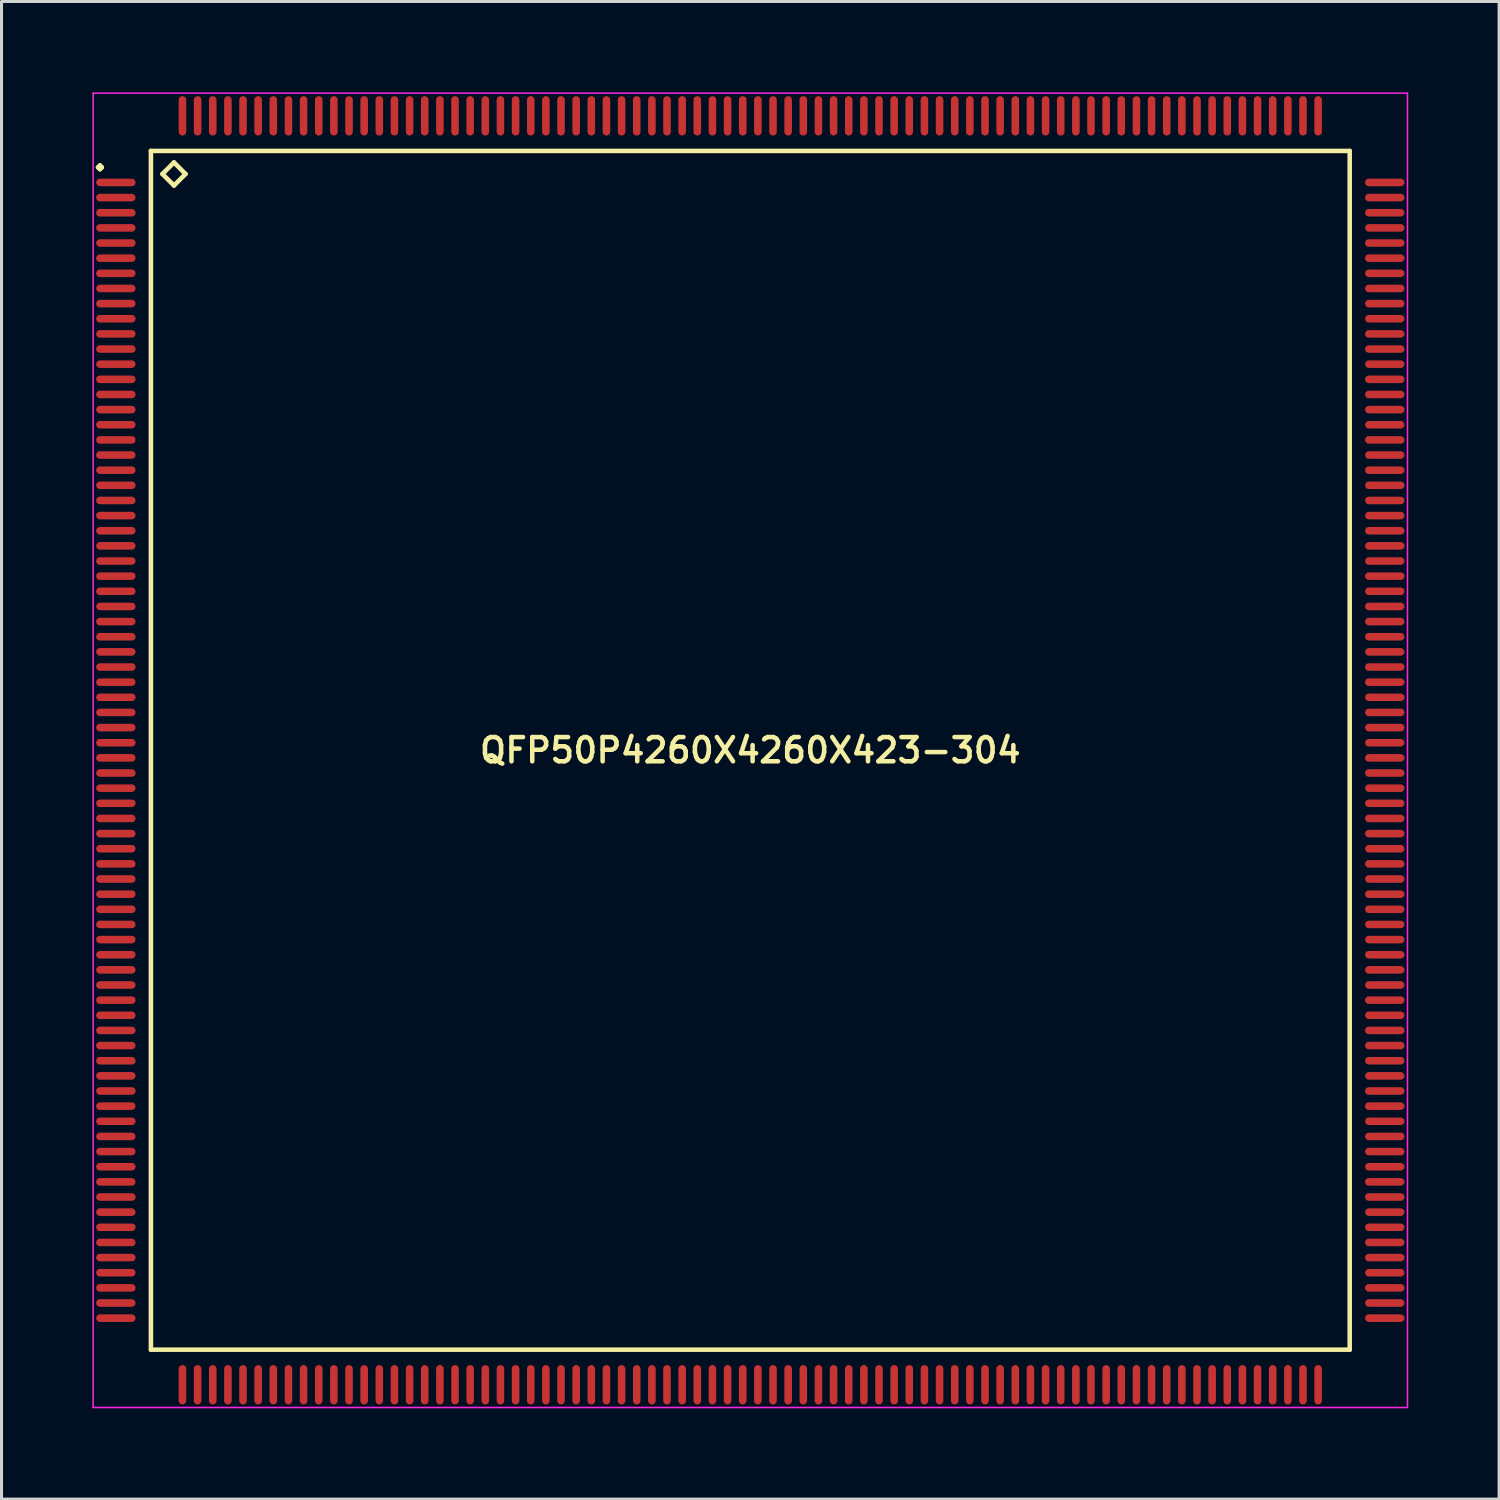
<source format=kicad_pcb>
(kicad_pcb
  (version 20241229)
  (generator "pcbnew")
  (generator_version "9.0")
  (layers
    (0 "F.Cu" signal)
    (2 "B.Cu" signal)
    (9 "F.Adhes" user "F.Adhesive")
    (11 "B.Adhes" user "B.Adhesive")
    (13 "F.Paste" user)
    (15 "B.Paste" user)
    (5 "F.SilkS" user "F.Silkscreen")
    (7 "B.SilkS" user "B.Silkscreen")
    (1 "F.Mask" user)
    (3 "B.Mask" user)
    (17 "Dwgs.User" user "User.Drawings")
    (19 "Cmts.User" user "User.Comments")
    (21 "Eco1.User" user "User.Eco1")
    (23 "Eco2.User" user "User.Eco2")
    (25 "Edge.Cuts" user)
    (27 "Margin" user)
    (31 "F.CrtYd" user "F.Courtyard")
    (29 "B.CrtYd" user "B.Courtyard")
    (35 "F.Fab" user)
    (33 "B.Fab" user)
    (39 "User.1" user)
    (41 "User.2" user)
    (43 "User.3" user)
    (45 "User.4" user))
  (footprint "QFP50P4260X4260X423-304"
    (layer "F.Cu")
    (at 21.725 21.725)
    (property "Reference" "QFP50P4260X4260X423-304" (at 0 0 0) (layer "F.SilkS") (effects (font (size 0.8 0.8) (thickness 0.15))))
    (attr smd)
    (fp_line (start -21.538 -19.25) (end -21.475 -19.312) (stroke (width 0.15) (type solid)) (layer "F.SilkS"))
    (fp_line (start -21.475 -19.312) (end -21.413 -19.25) (stroke (width 0.15) (type solid)) (layer "F.SilkS"))
    (fp_line (start -21.475 -19.188) (end -21.538 -19.25) (stroke (width 0.15) (type solid)) (layer "F.SilkS"))
    (fp_line (start -21.413 -19.25) (end -21.475 -19.188) (stroke (width 0.15) (type solid)) (layer "F.SilkS"))
    (fp_line (start -19.792 -19.792) (end -19.792 19.792) (stroke (width 0.15) (type solid)) (layer "F.SilkS"))
    (fp_line (start -19.792 19.792) (end 19.792 19.792) (stroke (width 0.15) (type solid)) (layer "F.SilkS"))
    (fp_line (start -19.411 -19.03) (end -19.03 -19.411) (stroke (width 0.15) (type solid)) (layer "F.SilkS"))
    (fp_line (start -19.03 -19.411) (end -18.649 -19.03) (stroke (width 0.15) (type solid)) (layer "F.SilkS"))
    (fp_line (start -19.03 -18.649) (end -19.411 -19.03) (stroke (width 0.15) (type solid)) (layer "F.SilkS"))
    (fp_line (start -18.649 -19.03) (end -19.03 -18.649) (stroke (width 0.15) (type solid)) (layer "F.SilkS"))
    (fp_line (start 19.792 -19.792) (end -19.792 -19.792) (stroke (width 0.15) (type solid)) (layer "F.SilkS"))
    (fp_line (start 19.792 19.792) (end 19.792 -19.792) (stroke (width 0.15) (type solid)) (layer "F.SilkS"))
    (fp_line (start -21.7 -21.7) (end 21.7 -21.7) (stroke (width 0.05) (type solid)) (layer "F.CrtYd"))
    (fp_line (start -21.7 21.7) (end -21.7 -21.7) (stroke (width 0.05) (type solid)) (layer "F.CrtYd"))
    (fp_line (start 21.7 -21.7) (end 21.7 21.7) (stroke (width 0.05) (type solid)) (layer "F.CrtYd"))
    (fp_line (start 21.7 21.7) (end -21.7 21.7) (stroke (width 0.05) (type solid)) (layer "F.CrtYd"))
    (pad "1" smd oval (at -20.95 -18.75) (size 1.3 0.25) (layers "F.Cu" "F.Mask" "F.Paste"))
    (pad "2" smd oval (at -20.95 -18.25) (size 1.3 0.25) (layers "F.Cu" "F.Mask" "F.Paste"))
    (pad "3" smd oval (at -20.95 -17.75) (size 1.3 0.25) (layers "F.Cu" "F.Mask" "F.Paste"))
    (pad "4" smd oval (at -20.95 -17.25) (size 1.3 0.25) (layers "F.Cu" "F.Mask" "F.Paste"))
    (pad "5" smd oval (at -20.95 -16.75) (size 1.3 0.25) (layers "F.Cu" "F.Mask" "F.Paste"))
    (pad "6" smd oval (at -20.95 -16.25) (size 1.3 0.25) (layers "F.Cu" "F.Mask" "F.Paste"))
    (pad "7" smd oval (at -20.95 -15.75) (size 1.3 0.25) (layers "F.Cu" "F.Mask" "F.Paste"))
    (pad "8" smd oval (at -20.95 -15.25) (size 1.3 0.25) (layers "F.Cu" "F.Mask" "F.Paste"))
    (pad "9" smd oval (at -20.95 -14.75) (size 1.3 0.25) (layers "F.Cu" "F.Mask" "F.Paste"))
    (pad "10" smd oval (at -20.95 -14.25) (size 1.3 0.25) (layers "F.Cu" "F.Mask" "F.Paste"))
    (pad "11" smd oval (at -20.95 -13.75) (size 1.3 0.25) (layers "F.Cu" "F.Mask" "F.Paste"))
    (pad "12" smd oval (at -20.95 -13.25) (size 1.3 0.25) (layers "F.Cu" "F.Mask" "F.Paste"))
    (pad "13" smd oval (at -20.95 -12.75) (size 1.3 0.25) (layers "F.Cu" "F.Mask" "F.Paste"))
    (pad "14" smd oval (at -20.95 -12.25) (size 1.3 0.25) (layers "F.Cu" "F.Mask" "F.Paste"))
    (pad "15" smd oval (at -20.95 -11.75) (size 1.3 0.25) (layers "F.Cu" "F.Mask" "F.Paste"))
    (pad "16" smd oval (at -20.95 -11.25) (size 1.3 0.25) (layers "F.Cu" "F.Mask" "F.Paste"))
    (pad "17" smd oval (at -20.95 -10.75) (size 1.3 0.25) (layers "F.Cu" "F.Mask" "F.Paste"))
    (pad "18" smd oval (at -20.95 -10.25) (size 1.3 0.25) (layers "F.Cu" "F.Mask" "F.Paste"))
    (pad "19" smd oval (at -20.95 -9.75) (size 1.3 0.25) (layers "F.Cu" "F.Mask" "F.Paste"))
    (pad "20" smd oval (at -20.95 -9.25) (size 1.3 0.25) (layers "F.Cu" "F.Mask" "F.Paste"))
    (pad "21" smd oval (at -20.95 -8.75) (size 1.3 0.25) (layers "F.Cu" "F.Mask" "F.Paste"))
    (pad "22" smd oval (at -20.95 -8.25) (size 1.3 0.25) (layers "F.Cu" "F.Mask" "F.Paste"))
    (pad "23" smd oval (at -20.95 -7.75) (size 1.3 0.25) (layers "F.Cu" "F.Mask" "F.Paste"))
    (pad "24" smd oval (at -20.95 -7.25) (size 1.3 0.25) (layers "F.Cu" "F.Mask" "F.Paste"))
    (pad "25" smd oval (at -20.95 -6.75) (size 1.3 0.25) (layers "F.Cu" "F.Mask" "F.Paste"))
    (pad "26" smd oval (at -20.95 -6.25) (size 1.3 0.25) (layers "F.Cu" "F.Mask" "F.Paste"))
    (pad "27" smd oval (at -20.95 -5.75) (size 1.3 0.25) (layers "F.Cu" "F.Mask" "F.Paste"))
    (pad "28" smd oval (at -20.95 -5.25) (size 1.3 0.25) (layers "F.Cu" "F.Mask" "F.Paste"))
    (pad "29" smd oval (at -20.95 -4.75) (size 1.3 0.25) (layers "F.Cu" "F.Mask" "F.Paste"))
    (pad "30" smd oval (at -20.95 -4.25) (size 1.3 0.25) (layers "F.Cu" "F.Mask" "F.Paste"))
    (pad "31" smd oval (at -20.95 -3.75) (size 1.3 0.25) (layers "F.Cu" "F.Mask" "F.Paste"))
    (pad "32" smd oval (at -20.95 -3.25) (size 1.3 0.25) (layers "F.Cu" "F.Mask" "F.Paste"))
    (pad "33" smd oval (at -20.95 -2.75) (size 1.3 0.25) (layers "F.Cu" "F.Mask" "F.Paste"))
    (pad "34" smd oval (at -20.95 -2.25) (size 1.3 0.25) (layers "F.Cu" "F.Mask" "F.Paste"))
    (pad "35" smd oval (at -20.95 -1.75) (size 1.3 0.25) (layers "F.Cu" "F.Mask" "F.Paste"))
    (pad "36" smd oval (at -20.95 -1.25) (size 1.3 0.25) (layers "F.Cu" "F.Mask" "F.Paste"))
    (pad "37" smd oval (at -20.95 -0.75) (size 1.3 0.25) (layers "F.Cu" "F.Mask" "F.Paste"))
    (pad "38" smd oval (at -20.95 -0.25) (size 1.3 0.25) (layers "F.Cu" "F.Mask" "F.Paste"))
    (pad "39" smd oval (at -20.95 0.25) (size 1.3 0.25) (layers "F.Cu" "F.Mask" "F.Paste"))
    (pad "40" smd oval (at -20.95 0.75) (size 1.3 0.25) (layers "F.Cu" "F.Mask" "F.Paste"))
    (pad "41" smd oval (at -20.95 1.25) (size 1.3 0.25) (layers "F.Cu" "F.Mask" "F.Paste"))
    (pad "42" smd oval (at -20.95 1.75) (size 1.3 0.25) (layers "F.Cu" "F.Mask" "F.Paste"))
    (pad "43" smd oval (at -20.95 2.25) (size 1.3 0.25) (layers "F.Cu" "F.Mask" "F.Paste"))
    (pad "44" smd oval (at -20.95 2.75) (size 1.3 0.25) (layers "F.Cu" "F.Mask" "F.Paste"))
    (pad "45" smd oval (at -20.95 3.25) (size 1.3 0.25) (layers "F.Cu" "F.Mask" "F.Paste"))
    (pad "46" smd oval (at -20.95 3.75) (size 1.3 0.25) (layers "F.Cu" "F.Mask" "F.Paste"))
    (pad "47" smd oval (at -20.95 4.25) (size 1.3 0.25) (layers "F.Cu" "F.Mask" "F.Paste"))
    (pad "48" smd oval (at -20.95 4.75) (size 1.3 0.25) (layers "F.Cu" "F.Mask" "F.Paste"))
    (pad "49" smd oval (at -20.95 5.25) (size 1.3 0.25) (layers "F.Cu" "F.Mask" "F.Paste"))
    (pad "50" smd oval (at -20.95 5.75) (size 1.3 0.25) (layers "F.Cu" "F.Mask" "F.Paste"))
    (pad "51" smd oval (at -20.95 6.25) (size 1.3 0.25) (layers "F.Cu" "F.Mask" "F.Paste"))
    (pad "52" smd oval (at -20.95 6.75) (size 1.3 0.25) (layers "F.Cu" "F.Mask" "F.Paste"))
    (pad "53" smd oval (at -20.95 7.25) (size 1.3 0.25) (layers "F.Cu" "F.Mask" "F.Paste"))
    (pad "54" smd oval (at -20.95 7.75) (size 1.3 0.25) (layers "F.Cu" "F.Mask" "F.Paste"))
    (pad "55" smd oval (at -20.95 8.25) (size 1.3 0.25) (layers "F.Cu" "F.Mask" "F.Paste"))
    (pad "56" smd oval (at -20.95 8.75) (size 1.3 0.25) (layers "F.Cu" "F.Mask" "F.Paste"))
    (pad "57" smd oval (at -20.95 9.25) (size 1.3 0.25) (layers "F.Cu" "F.Mask" "F.Paste"))
    (pad "58" smd oval (at -20.95 9.75) (size 1.3 0.25) (layers "F.Cu" "F.Mask" "F.Paste"))
    (pad "59" smd oval (at -20.95 10.25) (size 1.3 0.25) (layers "F.Cu" "F.Mask" "F.Paste"))
    (pad "60" smd oval (at -20.95 10.75) (size 1.3 0.25) (layers "F.Cu" "F.Mask" "F.Paste"))
    (pad "61" smd oval (at -20.95 11.25) (size 1.3 0.25) (layers "F.Cu" "F.Mask" "F.Paste"))
    (pad "62" smd oval (at -20.95 11.75) (size 1.3 0.25) (layers "F.Cu" "F.Mask" "F.Paste"))
    (pad "63" smd oval (at -20.95 12.25) (size 1.3 0.25) (layers "F.Cu" "F.Mask" "F.Paste"))
    (pad "64" smd oval (at -20.95 12.75) (size 1.3 0.25) (layers "F.Cu" "F.Mask" "F.Paste"))
    (pad "65" smd oval (at -20.95 13.25) (size 1.3 0.25) (layers "F.Cu" "F.Mask" "F.Paste"))
    (pad "66" smd oval (at -20.95 13.75) (size 1.3 0.25) (layers "F.Cu" "F.Mask" "F.Paste"))
    (pad "67" smd oval (at -20.95 14.25) (size 1.3 0.25) (layers "F.Cu" "F.Mask" "F.Paste"))
    (pad "68" smd oval (at -20.95 14.75) (size 1.3 0.25) (layers "F.Cu" "F.Mask" "F.Paste"))
    (pad "69" smd oval (at -20.95 15.25) (size 1.3 0.25) (layers "F.Cu" "F.Mask" "F.Paste"))
    (pad "70" smd oval (at -20.95 15.75) (size 1.3 0.25) (layers "F.Cu" "F.Mask" "F.Paste"))
    (pad "71" smd oval (at -20.95 16.25) (size 1.3 0.25) (layers "F.Cu" "F.Mask" "F.Paste"))
    (pad "72" smd oval (at -20.95 16.75) (size 1.3 0.25) (layers "F.Cu" "F.Mask" "F.Paste"))
    (pad "73" smd oval (at -20.95 17.25) (size 1.3 0.25) (layers "F.Cu" "F.Mask" "F.Paste"))
    (pad "74" smd oval (at -20.95 17.75) (size 1.3 0.25) (layers "F.Cu" "F.Mask" "F.Paste"))
    (pad "75" smd oval (at -20.95 18.25) (size 1.3 0.25) (layers "F.Cu" "F.Mask" "F.Paste"))
    (pad "76" smd oval (at -20.95 18.75) (size 1.3 0.25) (layers "F.Cu" "F.Mask" "F.Paste"))
    (pad "77" smd oval (at -18.75 20.95) (size 0.25 1.3) (layers "F.Cu" "F.Mask" "F.Paste"))
    (pad "78" smd oval (at -18.25 20.95) (size 0.25 1.3) (layers "F.Cu" "F.Mask" "F.Paste"))
    (pad "79" smd oval (at -17.75 20.95) (size 0.25 1.3) (layers "F.Cu" "F.Mask" "F.Paste"))
    (pad "80" smd oval (at -17.25 20.95) (size 0.25 1.3) (layers "F.Cu" "F.Mask" "F.Paste"))
    (pad "81" smd oval (at -16.75 20.95) (size 0.25 1.3) (layers "F.Cu" "F.Mask" "F.Paste"))
    (pad "82" smd oval (at -16.25 20.95) (size 0.25 1.3) (layers "F.Cu" "F.Mask" "F.Paste"))
    (pad "83" smd oval (at -15.75 20.95) (size 0.25 1.3) (layers "F.Cu" "F.Mask" "F.Paste"))
    (pad "84" smd oval (at -15.25 20.95) (size 0.25 1.3) (layers "F.Cu" "F.Mask" "F.Paste"))
    (pad "85" smd oval (at -14.75 20.95) (size 0.25 1.3) (layers "F.Cu" "F.Mask" "F.Paste"))
    (pad "86" smd oval (at -14.25 20.95) (size 0.25 1.3) (layers "F.Cu" "F.Mask" "F.Paste"))
    (pad "87" smd oval (at -13.75 20.95) (size 0.25 1.3) (layers "F.Cu" "F.Mask" "F.Paste"))
    (pad "88" smd oval (at -13.25 20.95) (size 0.25 1.3) (layers "F.Cu" "F.Mask" "F.Paste"))
    (pad "89" smd oval (at -12.75 20.95) (size 0.25 1.3) (layers "F.Cu" "F.Mask" "F.Paste"))
    (pad "90" smd oval (at -12.25 20.95) (size 0.25 1.3) (layers "F.Cu" "F.Mask" "F.Paste"))
    (pad "91" smd oval (at -11.75 20.95) (size 0.25 1.3) (layers "F.Cu" "F.Mask" "F.Paste"))
    (pad "92" smd oval (at -11.25 20.95) (size 0.25 1.3) (layers "F.Cu" "F.Mask" "F.Paste"))
    (pad "93" smd oval (at -10.75 20.95) (size 0.25 1.3) (layers "F.Cu" "F.Mask" "F.Paste"))
    (pad "94" smd oval (at -10.25 20.95) (size 0.25 1.3) (layers "F.Cu" "F.Mask" "F.Paste"))
    (pad "95" smd oval (at -9.75 20.95) (size 0.25 1.3) (layers "F.Cu" "F.Mask" "F.Paste"))
    (pad "96" smd oval (at -9.25 20.95) (size 0.25 1.3) (layers "F.Cu" "F.Mask" "F.Paste"))
    (pad "97" smd oval (at -8.75 20.95) (size 0.25 1.3) (layers "F.Cu" "F.Mask" "F.Paste"))
    (pad "98" smd oval (at -8.25 20.95) (size 0.25 1.3) (layers "F.Cu" "F.Mask" "F.Paste"))
    (pad "99" smd oval (at -7.75 20.95) (size 0.25 1.3) (layers "F.Cu" "F.Mask" "F.Paste"))
    (pad "100" smd oval (at -7.25 20.95) (size 0.25 1.3) (layers "F.Cu" "F.Mask" "F.Paste"))
    (pad "101" smd oval (at -6.75 20.95) (size 0.25 1.3) (layers "F.Cu" "F.Mask" "F.Paste"))
    (pad "102" smd oval (at -6.25 20.95) (size 0.25 1.3) (layers "F.Cu" "F.Mask" "F.Paste"))
    (pad "103" smd oval (at -5.75 20.95) (size 0.25 1.3) (layers "F.Cu" "F.Mask" "F.Paste"))
    (pad "104" smd oval (at -5.25 20.95) (size 0.25 1.3) (layers "F.Cu" "F.Mask" "F.Paste"))
    (pad "105" smd oval (at -4.75 20.95) (size 0.25 1.3) (layers "F.Cu" "F.Mask" "F.Paste"))
    (pad "106" smd oval (at -4.25 20.95) (size 0.25 1.3) (layers "F.Cu" "F.Mask" "F.Paste"))
    (pad "107" smd oval (at -3.75 20.95) (size 0.25 1.3) (layers "F.Cu" "F.Mask" "F.Paste"))
    (pad "108" smd oval (at -3.25 20.95) (size 0.25 1.3) (layers "F.Cu" "F.Mask" "F.Paste"))
    (pad "109" smd oval (at -2.75 20.95) (size 0.25 1.3) (layers "F.Cu" "F.Mask" "F.Paste"))
    (pad "110" smd oval (at -2.25 20.95) (size 0.25 1.3) (layers "F.Cu" "F.Mask" "F.Paste"))
    (pad "111" smd oval (at -1.75 20.95) (size 0.25 1.3) (layers "F.Cu" "F.Mask" "F.Paste"))
    (pad "112" smd oval (at -1.25 20.95) (size 0.25 1.3) (layers "F.Cu" "F.Mask" "F.Paste"))
    (pad "113" smd oval (at -0.75 20.95) (size 0.25 1.3) (layers "F.Cu" "F.Mask" "F.Paste"))
    (pad "114" smd oval (at -0.25 20.95) (size 0.25 1.3) (layers "F.Cu" "F.Mask" "F.Paste"))
    (pad "115" smd oval (at 0.25 20.95) (size 0.25 1.3) (layers "F.Cu" "F.Mask" "F.Paste"))
    (pad "116" smd oval (at 0.75 20.95) (size 0.25 1.3) (layers "F.Cu" "F.Mask" "F.Paste"))
    (pad "117" smd oval (at 1.25 20.95) (size 0.25 1.3) (layers "F.Cu" "F.Mask" "F.Paste"))
    (pad "118" smd oval (at 1.75 20.95) (size 0.25 1.3) (layers "F.Cu" "F.Mask" "F.Paste"))
    (pad "119" smd oval (at 2.25 20.95) (size 0.25 1.3) (layers "F.Cu" "F.Mask" "F.Paste"))
    (pad "120" smd oval (at 2.75 20.95) (size 0.25 1.3) (layers "F.Cu" "F.Mask" "F.Paste"))
    (pad "121" smd oval (at 3.25 20.95) (size 0.25 1.3) (layers "F.Cu" "F.Mask" "F.Paste"))
    (pad "122" smd oval (at 3.75 20.95) (size 0.25 1.3) (layers "F.Cu" "F.Mask" "F.Paste"))
    (pad "123" smd oval (at 4.25 20.95) (size 0.25 1.3) (layers "F.Cu" "F.Mask" "F.Paste"))
    (pad "124" smd oval (at 4.75 20.95) (size 0.25 1.3) (layers "F.Cu" "F.Mask" "F.Paste"))
    (pad "125" smd oval (at 5.25 20.95) (size 0.25 1.3) (layers "F.Cu" "F.Mask" "F.Paste"))
    (pad "126" smd oval (at 5.75 20.95) (size 0.25 1.3) (layers "F.Cu" "F.Mask" "F.Paste"))
    (pad "127" smd oval (at 6.25 20.95) (size 0.25 1.3) (layers "F.Cu" "F.Mask" "F.Paste"))
    (pad "128" smd oval (at 6.75 20.95) (size 0.25 1.3) (layers "F.Cu" "F.Mask" "F.Paste"))
    (pad "129" smd oval (at 7.25 20.95) (size 0.25 1.3) (layers "F.Cu" "F.Mask" "F.Paste"))
    (pad "130" smd oval (at 7.75 20.95) (size 0.25 1.3) (layers "F.Cu" "F.Mask" "F.Paste"))
    (pad "131" smd oval (at 8.25 20.95) (size 0.25 1.3) (layers "F.Cu" "F.Mask" "F.Paste"))
    (pad "132" smd oval (at 8.75 20.95) (size 0.25 1.3) (layers "F.Cu" "F.Mask" "F.Paste"))
    (pad "133" smd oval (at 9.25 20.95) (size 0.25 1.3) (layers "F.Cu" "F.Mask" "F.Paste"))
    (pad "134" smd oval (at 9.75 20.95) (size 0.25 1.3) (layers "F.Cu" "F.Mask" "F.Paste"))
    (pad "135" smd oval (at 10.25 20.95) (size 0.25 1.3) (layers "F.Cu" "F.Mask" "F.Paste"))
    (pad "136" smd oval (at 10.75 20.95) (size 0.25 1.3) (layers "F.Cu" "F.Mask" "F.Paste"))
    (pad "137" smd oval (at 11.25 20.95) (size 0.25 1.3) (layers "F.Cu" "F.Mask" "F.Paste"))
    (pad "138" smd oval (at 11.75 20.95) (size 0.25 1.3) (layers "F.Cu" "F.Mask" "F.Paste"))
    (pad "139" smd oval (at 12.25 20.95) (size 0.25 1.3) (layers "F.Cu" "F.Mask" "F.Paste"))
    (pad "140" smd oval (at 12.75 20.95) (size 0.25 1.3) (layers "F.Cu" "F.Mask" "F.Paste"))
    (pad "141" smd oval (at 13.25 20.95) (size 0.25 1.3) (layers "F.Cu" "F.Mask" "F.Paste"))
    (pad "142" smd oval (at 13.75 20.95) (size 0.25 1.3) (layers "F.Cu" "F.Mask" "F.Paste"))
    (pad "143" smd oval (at 14.25 20.95) (size 0.25 1.3) (layers "F.Cu" "F.Mask" "F.Paste"))
    (pad "144" smd oval (at 14.75 20.95) (size 0.25 1.3) (layers "F.Cu" "F.Mask" "F.Paste"))
    (pad "145" smd oval (at 15.25 20.95) (size 0.25 1.3) (layers "F.Cu" "F.Mask" "F.Paste"))
    (pad "146" smd oval (at 15.75 20.95) (size 0.25 1.3) (layers "F.Cu" "F.Mask" "F.Paste"))
    (pad "147" smd oval (at 16.25 20.95) (size 0.25 1.3) (layers "F.Cu" "F.Mask" "F.Paste"))
    (pad "148" smd oval (at 16.75 20.95) (size 0.25 1.3) (layers "F.Cu" "F.Mask" "F.Paste"))
    (pad "149" smd oval (at 17.25 20.95) (size 0.25 1.3) (layers "F.Cu" "F.Mask" "F.Paste"))
    (pad "150" smd oval (at 17.75 20.95) (size 0.25 1.3) (layers "F.Cu" "F.Mask" "F.Paste"))
    (pad "151" smd oval (at 18.25 20.95) (size 0.25 1.3) (layers "F.Cu" "F.Mask" "F.Paste"))
    (pad "152" smd oval (at 18.75 20.95) (size 0.25 1.3) (layers "F.Cu" "F.Mask" "F.Paste"))
    (pad "153" smd oval (at 20.95 18.75) (size 1.3 0.25) (layers "F.Cu" "F.Mask" "F.Paste"))
    (pad "154" smd oval (at 20.95 18.25) (size 1.3 0.25) (layers "F.Cu" "F.Mask" "F.Paste"))
    (pad "155" smd oval (at 20.95 17.75) (size 1.3 0.25) (layers "F.Cu" "F.Mask" "F.Paste"))
    (pad "156" smd oval (at 20.95 17.25) (size 1.3 0.25) (layers "F.Cu" "F.Mask" "F.Paste"))
    (pad "157" smd oval (at 20.95 16.75) (size 1.3 0.25) (layers "F.Cu" "F.Mask" "F.Paste"))
    (pad "158" smd oval (at 20.95 16.25) (size 1.3 0.25) (layers "F.Cu" "F.Mask" "F.Paste"))
    (pad "159" smd oval (at 20.95 15.75) (size 1.3 0.25) (layers "F.Cu" "F.Mask" "F.Paste"))
    (pad "160" smd oval (at 20.95 15.25) (size 1.3 0.25) (layers "F.Cu" "F.Mask" "F.Paste"))
    (pad "161" smd oval (at 20.95 14.75) (size 1.3 0.25) (layers "F.Cu" "F.Mask" "F.Paste"))
    (pad "162" smd oval (at 20.95 14.25) (size 1.3 0.25) (layers "F.Cu" "F.Mask" "F.Paste"))
    (pad "163" smd oval (at 20.95 13.75) (size 1.3 0.25) (layers "F.Cu" "F.Mask" "F.Paste"))
    (pad "164" smd oval (at 20.95 13.25) (size 1.3 0.25) (layers "F.Cu" "F.Mask" "F.Paste"))
    (pad "165" smd oval (at 20.95 12.75) (size 1.3 0.25) (layers "F.Cu" "F.Mask" "F.Paste"))
    (pad "166" smd oval (at 20.95 12.25) (size 1.3 0.25) (layers "F.Cu" "F.Mask" "F.Paste"))
    (pad "167" smd oval (at 20.95 11.75) (size 1.3 0.25) (layers "F.Cu" "F.Mask" "F.Paste"))
    (pad "168" smd oval (at 20.95 11.25) (size 1.3 0.25) (layers "F.Cu" "F.Mask" "F.Paste"))
    (pad "169" smd oval (at 20.95 10.75) (size 1.3 0.25) (layers "F.Cu" "F.Mask" "F.Paste"))
    (pad "170" smd oval (at 20.95 10.25) (size 1.3 0.25) (layers "F.Cu" "F.Mask" "F.Paste"))
    (pad "171" smd oval (at 20.95 9.75) (size 1.3 0.25) (layers "F.Cu" "F.Mask" "F.Paste"))
    (pad "172" smd oval (at 20.95 9.25) (size 1.3 0.25) (layers "F.Cu" "F.Mask" "F.Paste"))
    (pad "173" smd oval (at 20.95 8.75) (size 1.3 0.25) (layers "F.Cu" "F.Mask" "F.Paste"))
    (pad "174" smd oval (at 20.95 8.25) (size 1.3 0.25) (layers "F.Cu" "F.Mask" "F.Paste"))
    (pad "175" smd oval (at 20.95 7.75) (size 1.3 0.25) (layers "F.Cu" "F.Mask" "F.Paste"))
    (pad "176" smd oval (at 20.95 7.25) (size 1.3 0.25) (layers "F.Cu" "F.Mask" "F.Paste"))
    (pad "177" smd oval (at 20.95 6.75) (size 1.3 0.25) (layers "F.Cu" "F.Mask" "F.Paste"))
    (pad "178" smd oval (at 20.95 6.25) (size 1.3 0.25) (layers "F.Cu" "F.Mask" "F.Paste"))
    (pad "179" smd oval (at 20.95 5.75) (size 1.3 0.25) (layers "F.Cu" "F.Mask" "F.Paste"))
    (pad "180" smd oval (at 20.95 5.25) (size 1.3 0.25) (layers "F.Cu" "F.Mask" "F.Paste"))
    (pad "181" smd oval (at 20.95 4.75) (size 1.3 0.25) (layers "F.Cu" "F.Mask" "F.Paste"))
    (pad "182" smd oval (at 20.95 4.25) (size 1.3 0.25) (layers "F.Cu" "F.Mask" "F.Paste"))
    (pad "183" smd oval (at 20.95 3.75) (size 1.3 0.25) (layers "F.Cu" "F.Mask" "F.Paste"))
    (pad "184" smd oval (at 20.95 3.25) (size 1.3 0.25) (layers "F.Cu" "F.Mask" "F.Paste"))
    (pad "185" smd oval (at 20.95 2.75) (size 1.3 0.25) (layers "F.Cu" "F.Mask" "F.Paste"))
    (pad "186" smd oval (at 20.95 2.25) (size 1.3 0.25) (layers "F.Cu" "F.Mask" "F.Paste"))
    (pad "187" smd oval (at 20.95 1.75) (size 1.3 0.25) (layers "F.Cu" "F.Mask" "F.Paste"))
    (pad "188" smd oval (at 20.95 1.25) (size 1.3 0.25) (layers "F.Cu" "F.Mask" "F.Paste"))
    (pad "189" smd oval (at 20.95 0.75) (size 1.3 0.25) (layers "F.Cu" "F.Mask" "F.Paste"))
    (pad "190" smd oval (at 20.95 0.25) (size 1.3 0.25) (layers "F.Cu" "F.Mask" "F.Paste"))
    (pad "191" smd oval (at 20.95 -0.25) (size 1.3 0.25) (layers "F.Cu" "F.Mask" "F.Paste"))
    (pad "192" smd oval (at 20.95 -0.75) (size 1.3 0.25) (layers "F.Cu" "F.Mask" "F.Paste"))
    (pad "193" smd oval (at 20.95 -1.25) (size 1.3 0.25) (layers "F.Cu" "F.Mask" "F.Paste"))
    (pad "194" smd oval (at 20.95 -1.75) (size 1.3 0.25) (layers "F.Cu" "F.Mask" "F.Paste"))
    (pad "195" smd oval (at 20.95 -2.25) (size 1.3 0.25) (layers "F.Cu" "F.Mask" "F.Paste"))
    (pad "196" smd oval (at 20.95 -2.75) (size 1.3 0.25) (layers "F.Cu" "F.Mask" "F.Paste"))
    (pad "197" smd oval (at 20.95 -3.25) (size 1.3 0.25) (layers "F.Cu" "F.Mask" "F.Paste"))
    (pad "198" smd oval (at 20.95 -3.75) (size 1.3 0.25) (layers "F.Cu" "F.Mask" "F.Paste"))
    (pad "199" smd oval (at 20.95 -4.25) (size 1.3 0.25) (layers "F.Cu" "F.Mask" "F.Paste"))
    (pad "200" smd oval (at 20.95 -4.75) (size 1.3 0.25) (layers "F.Cu" "F.Mask" "F.Paste"))
    (pad "201" smd oval (at 20.95 -5.25) (size 1.3 0.25) (layers "F.Cu" "F.Mask" "F.Paste"))
    (pad "202" smd oval (at 20.95 -5.75) (size 1.3 0.25) (layers "F.Cu" "F.Mask" "F.Paste"))
    (pad "203" smd oval (at 20.95 -6.25) (size 1.3 0.25) (layers "F.Cu" "F.Mask" "F.Paste"))
    (pad "204" smd oval (at 20.95 -6.75) (size 1.3 0.25) (layers "F.Cu" "F.Mask" "F.Paste"))
    (pad "205" smd oval (at 20.95 -7.25) (size 1.3 0.25) (layers "F.Cu" "F.Mask" "F.Paste"))
    (pad "206" smd oval (at 20.95 -7.75) (size 1.3 0.25) (layers "F.Cu" "F.Mask" "F.Paste"))
    (pad "207" smd oval (at 20.95 -8.25) (size 1.3 0.25) (layers "F.Cu" "F.Mask" "F.Paste"))
    (pad "208" smd oval (at 20.95 -8.75) (size 1.3 0.25) (layers "F.Cu" "F.Mask" "F.Paste"))
    (pad "209" smd oval (at 20.95 -9.25) (size 1.3 0.25) (layers "F.Cu" "F.Mask" "F.Paste"))
    (pad "210" smd oval (at 20.95 -9.75) (size 1.3 0.25) (layers "F.Cu" "F.Mask" "F.Paste"))
    (pad "211" smd oval (at 20.95 -10.25) (size 1.3 0.25) (layers "F.Cu" "F.Mask" "F.Paste"))
    (pad "212" smd oval (at 20.95 -10.75) (size 1.3 0.25) (layers "F.Cu" "F.Mask" "F.Paste"))
    (pad "213" smd oval (at 20.95 -11.25) (size 1.3 0.25) (layers "F.Cu" "F.Mask" "F.Paste"))
    (pad "214" smd oval (at 20.95 -11.75) (size 1.3 0.25) (layers "F.Cu" "F.Mask" "F.Paste"))
    (pad "215" smd oval (at 20.95 -12.25) (size 1.3 0.25) (layers "F.Cu" "F.Mask" "F.Paste"))
    (pad "216" smd oval (at 20.95 -12.75) (size 1.3 0.25) (layers "F.Cu" "F.Mask" "F.Paste"))
    (pad "217" smd oval (at 20.95 -13.25) (size 1.3 0.25) (layers "F.Cu" "F.Mask" "F.Paste"))
    (pad "218" smd oval (at 20.95 -13.75) (size 1.3 0.25) (layers "F.Cu" "F.Mask" "F.Paste"))
    (pad "219" smd oval (at 20.95 -14.25) (size 1.3 0.25) (layers "F.Cu" "F.Mask" "F.Paste"))
    (pad "220" smd oval (at 20.95 -14.75) (size 1.3 0.25) (layers "F.Cu" "F.Mask" "F.Paste"))
    (pad "221" smd oval (at 20.95 -15.25) (size 1.3 0.25) (layers "F.Cu" "F.Mask" "F.Paste"))
    (pad "222" smd oval (at 20.95 -15.75) (size 1.3 0.25) (layers "F.Cu" "F.Mask" "F.Paste"))
    (pad "223" smd oval (at 20.95 -16.25) (size 1.3 0.25) (layers "F.Cu" "F.Mask" "F.Paste"))
    (pad "224" smd oval (at 20.95 -16.75) (size 1.3 0.25) (layers "F.Cu" "F.Mask" "F.Paste"))
    (pad "225" smd oval (at 20.95 -17.25) (size 1.3 0.25) (layers "F.Cu" "F.Mask" "F.Paste"))
    (pad "226" smd oval (at 20.95 -17.75) (size 1.3 0.25) (layers "F.Cu" "F.Mask" "F.Paste"))
    (pad "227" smd oval (at 20.95 -18.25) (size 1.3 0.25) (layers "F.Cu" "F.Mask" "F.Paste"))
    (pad "228" smd oval (at 20.95 -18.75) (size 1.3 0.25) (layers "F.Cu" "F.Mask" "F.Paste"))
    (pad "229" smd oval (at 18.75 -20.95) (size 0.25 1.3) (layers "F.Cu" "F.Mask" "F.Paste"))
    (pad "230" smd oval (at 18.25 -20.95) (size 0.25 1.3) (layers "F.Cu" "F.Mask" "F.Paste"))
    (pad "231" smd oval (at 17.75 -20.95) (size 0.25 1.3) (layers "F.Cu" "F.Mask" "F.Paste"))
    (pad "232" smd oval (at 17.25 -20.95) (size 0.25 1.3) (layers "F.Cu" "F.Mask" "F.Paste"))
    (pad "233" smd oval (at 16.75 -20.95) (size 0.25 1.3) (layers "F.Cu" "F.Mask" "F.Paste"))
    (pad "234" smd oval (at 16.25 -20.95) (size 0.25 1.3) (layers "F.Cu" "F.Mask" "F.Paste"))
    (pad "235" smd oval (at 15.75 -20.95) (size 0.25 1.3) (layers "F.Cu" "F.Mask" "F.Paste"))
    (pad "236" smd oval (at 15.25 -20.95) (size 0.25 1.3) (layers "F.Cu" "F.Mask" "F.Paste"))
    (pad "237" smd oval (at 14.75 -20.95) (size 0.25 1.3) (layers "F.Cu" "F.Mask" "F.Paste"))
    (pad "238" smd oval (at 14.25 -20.95) (size 0.25 1.3) (layers "F.Cu" "F.Mask" "F.Paste"))
    (pad "239" smd oval (at 13.75 -20.95) (size 0.25 1.3) (layers "F.Cu" "F.Mask" "F.Paste"))
    (pad "240" smd oval (at 13.25 -20.95) (size 0.25 1.3) (layers "F.Cu" "F.Mask" "F.Paste"))
    (pad "241" smd oval (at 12.75 -20.95) (size 0.25 1.3) (layers "F.Cu" "F.Mask" "F.Paste"))
    (pad "242" smd oval (at 12.25 -20.95) (size 0.25 1.3) (layers "F.Cu" "F.Mask" "F.Paste"))
    (pad "243" smd oval (at 11.75 -20.95) (size 0.25 1.3) (layers "F.Cu" "F.Mask" "F.Paste"))
    (pad "244" smd oval (at 11.25 -20.95) (size 0.25 1.3) (layers "F.Cu" "F.Mask" "F.Paste"))
    (pad "245" smd oval (at 10.75 -20.95) (size 0.25 1.3) (layers "F.Cu" "F.Mask" "F.Paste"))
    (pad "246" smd oval (at 10.25 -20.95) (size 0.25 1.3) (layers "F.Cu" "F.Mask" "F.Paste"))
    (pad "247" smd oval (at 9.75 -20.95) (size 0.25 1.3) (layers "F.Cu" "F.Mask" "F.Paste"))
    (pad "248" smd oval (at 9.25 -20.95) (size 0.25 1.3) (layers "F.Cu" "F.Mask" "F.Paste"))
    (pad "249" smd oval (at 8.75 -20.95) (size 0.25 1.3) (layers "F.Cu" "F.Mask" "F.Paste"))
    (pad "250" smd oval (at 8.25 -20.95) (size 0.25 1.3) (layers "F.Cu" "F.Mask" "F.Paste"))
    (pad "251" smd oval (at 7.75 -20.95) (size 0.25 1.3) (layers "F.Cu" "F.Mask" "F.Paste"))
    (pad "252" smd oval (at 7.25 -20.95) (size 0.25 1.3) (layers "F.Cu" "F.Mask" "F.Paste"))
    (pad "253" smd oval (at 6.75 -20.95) (size 0.25 1.3) (layers "F.Cu" "F.Mask" "F.Paste"))
    (pad "254" smd oval (at 6.25 -20.95) (size 0.25 1.3) (layers "F.Cu" "F.Mask" "F.Paste"))
    (pad "255" smd oval (at 5.75 -20.95) (size 0.25 1.3) (layers "F.Cu" "F.Mask" "F.Paste"))
    (pad "256" smd oval (at 5.25 -20.95) (size 0.25 1.3) (layers "F.Cu" "F.Mask" "F.Paste"))
    (pad "257" smd oval (at 4.75 -20.95) (size 0.25 1.3) (layers "F.Cu" "F.Mask" "F.Paste"))
    (pad "258" smd oval (at 4.25 -20.95) (size 0.25 1.3) (layers "F.Cu" "F.Mask" "F.Paste"))
    (pad "259" smd oval (at 3.75 -20.95) (size 0.25 1.3) (layers "F.Cu" "F.Mask" "F.Paste"))
    (pad "260" smd oval (at 3.25 -20.95) (size 0.25 1.3) (layers "F.Cu" "F.Mask" "F.Paste"))
    (pad "261" smd oval (at 2.75 -20.95) (size 0.25 1.3) (layers "F.Cu" "F.Mask" "F.Paste"))
    (pad "262" smd oval (at 2.25 -20.95) (size 0.25 1.3) (layers "F.Cu" "F.Mask" "F.Paste"))
    (pad "263" smd oval (at 1.75 -20.95) (size 0.25 1.3) (layers "F.Cu" "F.Mask" "F.Paste"))
    (pad "264" smd oval (at 1.25 -20.95) (size 0.25 1.3) (layers "F.Cu" "F.Mask" "F.Paste"))
    (pad "265" smd oval (at 0.75 -20.95) (size 0.25 1.3) (layers "F.Cu" "F.Mask" "F.Paste"))
    (pad "266" smd oval (at 0.25 -20.95) (size 0.25 1.3) (layers "F.Cu" "F.Mask" "F.Paste"))
    (pad "267" smd oval (at -0.25 -20.95) (size 0.25 1.3) (layers "F.Cu" "F.Mask" "F.Paste"))
    (pad "268" smd oval (at -0.75 -20.95) (size 0.25 1.3) (layers "F.Cu" "F.Mask" "F.Paste"))
    (pad "269" smd oval (at -1.25 -20.95) (size 0.25 1.3) (layers "F.Cu" "F.Mask" "F.Paste"))
    (pad "270" smd oval (at -1.75 -20.95) (size 0.25 1.3) (layers "F.Cu" "F.Mask" "F.Paste"))
    (pad "271" smd oval (at -2.25 -20.95) (size 0.25 1.3) (layers "F.Cu" "F.Mask" "F.Paste"))
    (pad "272" smd oval (at -2.75 -20.95) (size 0.25 1.3) (layers "F.Cu" "F.Mask" "F.Paste"))
    (pad "273" smd oval (at -3.25 -20.95) (size 0.25 1.3) (layers "F.Cu" "F.Mask" "F.Paste"))
    (pad "274" smd oval (at -3.75 -20.95) (size 0.25 1.3) (layers "F.Cu" "F.Mask" "F.Paste"))
    (pad "275" smd oval (at -4.25 -20.95) (size 0.25 1.3) (layers "F.Cu" "F.Mask" "F.Paste"))
    (pad "276" smd oval (at -4.75 -20.95) (size 0.25 1.3) (layers "F.Cu" "F.Mask" "F.Paste"))
    (pad "277" smd oval (at -5.25 -20.95) (size 0.25 1.3) (layers "F.Cu" "F.Mask" "F.Paste"))
    (pad "278" smd oval (at -5.75 -20.95) (size 0.25 1.3) (layers "F.Cu" "F.Mask" "F.Paste"))
    (pad "279" smd oval (at -6.25 -20.95) (size 0.25 1.3) (layers "F.Cu" "F.Mask" "F.Paste"))
    (pad "280" smd oval (at -6.75 -20.95) (size 0.25 1.3) (layers "F.Cu" "F.Mask" "F.Paste"))
    (pad "281" smd oval (at -7.25 -20.95) (size 0.25 1.3) (layers "F.Cu" "F.Mask" "F.Paste"))
    (pad "282" smd oval (at -7.75 -20.95) (size 0.25 1.3) (layers "F.Cu" "F.Mask" "F.Paste"))
    (pad "283" smd oval (at -8.25 -20.95) (size 0.25 1.3) (layers "F.Cu" "F.Mask" "F.Paste"))
    (pad "284" smd oval (at -8.75 -20.95) (size 0.25 1.3) (layers "F.Cu" "F.Mask" "F.Paste"))
    (pad "285" smd oval (at -9.25 -20.95) (size 0.25 1.3) (layers "F.Cu" "F.Mask" "F.Paste"))
    (pad "286" smd oval (at -9.75 -20.95) (size 0.25 1.3) (layers "F.Cu" "F.Mask" "F.Paste"))
    (pad "287" smd oval (at -10.25 -20.95) (size 0.25 1.3) (layers "F.Cu" "F.Mask" "F.Paste"))
    (pad "288" smd oval (at -10.75 -20.95) (size 0.25 1.3) (layers "F.Cu" "F.Mask" "F.Paste"))
    (pad "289" smd oval (at -11.25 -20.95) (size 0.25 1.3) (layers "F.Cu" "F.Mask" "F.Paste"))
    (pad "290" smd oval (at -11.75 -20.95) (size 0.25 1.3) (layers "F.Cu" "F.Mask" "F.Paste"))
    (pad "291" smd oval (at -12.25 -20.95) (size 0.25 1.3) (layers "F.Cu" "F.Mask" "F.Paste"))
    (pad "292" smd oval (at -12.75 -20.95) (size 0.25 1.3) (layers "F.Cu" "F.Mask" "F.Paste"))
    (pad "293" smd oval (at -13.25 -20.95) (size 0.25 1.3) (layers "F.Cu" "F.Mask" "F.Paste"))
    (pad "294" smd oval (at -13.75 -20.95) (size 0.25 1.3) (layers "F.Cu" "F.Mask" "F.Paste"))
    (pad "295" smd oval (at -14.25 -20.95) (size 0.25 1.3) (layers "F.Cu" "F.Mask" "F.Paste"))
    (pad "296" smd oval (at -14.75 -20.95) (size 0.25 1.3) (layers "F.Cu" "F.Mask" "F.Paste"))
    (pad "297" smd oval (at -15.25 -20.95) (size 0.25 1.3) (layers "F.Cu" "F.Mask" "F.Paste"))
    (pad "298" smd oval (at -15.75 -20.95) (size 0.25 1.3) (layers "F.Cu" "F.Mask" "F.Paste"))
    (pad "299" smd oval (at -16.25 -20.95) (size 0.25 1.3) (layers "F.Cu" "F.Mask" "F.Paste"))
    (pad "300" smd oval (at -16.75 -20.95) (size 0.25 1.3) (layers "F.Cu" "F.Mask" "F.Paste"))
    (pad "301" smd oval (at -17.25 -20.95) (size 0.25 1.3) (layers "F.Cu" "F.Mask" "F.Paste"))
    (pad "302" smd oval (at -17.75 -20.95) (size 0.25 1.3) (layers "F.Cu" "F.Mask" "F.Paste"))
    (pad "303" smd oval (at -18.25 -20.95) (size 0.25 1.3) (layers "F.Cu" "F.Mask" "F.Paste"))
    (pad "304" smd oval (at -18.75 -20.95) (size 0.25 1.3) (layers "F.Cu" "F.Mask" "F.Paste")))
  (gr_rect
    (start -3 -3)
    (end 46.45 46.45)
    (stroke (width 0.1) (type default))
    (fill no)
    (layer "Edge.Cuts")))
</source>
